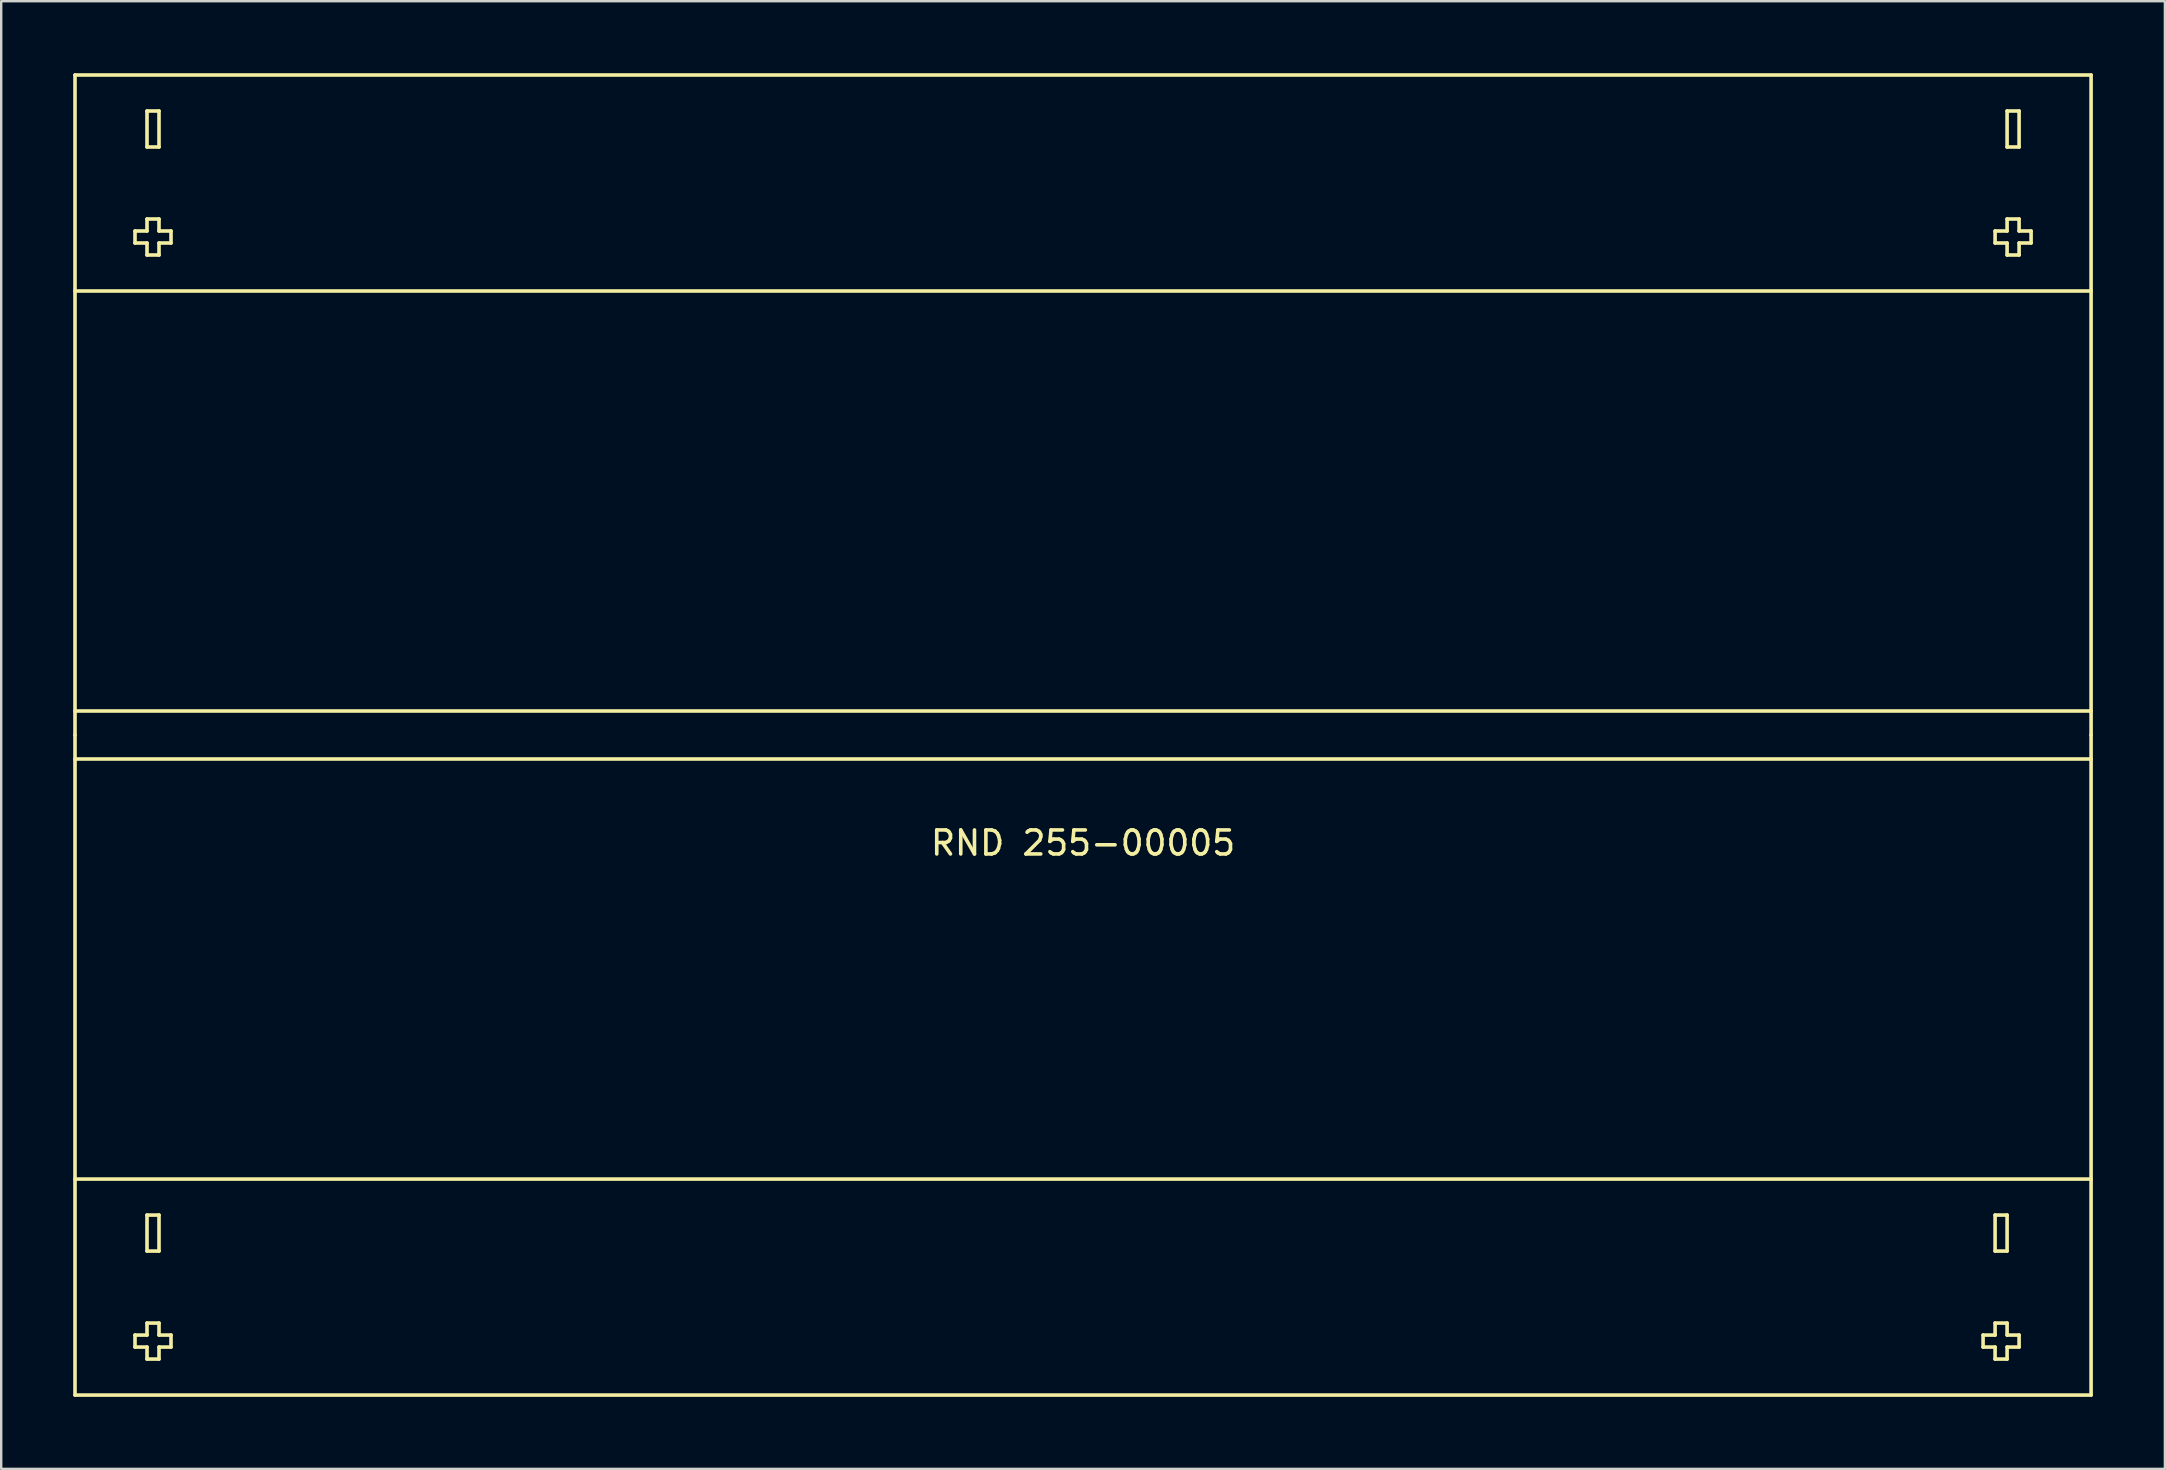
<source format=kicad_pcb>
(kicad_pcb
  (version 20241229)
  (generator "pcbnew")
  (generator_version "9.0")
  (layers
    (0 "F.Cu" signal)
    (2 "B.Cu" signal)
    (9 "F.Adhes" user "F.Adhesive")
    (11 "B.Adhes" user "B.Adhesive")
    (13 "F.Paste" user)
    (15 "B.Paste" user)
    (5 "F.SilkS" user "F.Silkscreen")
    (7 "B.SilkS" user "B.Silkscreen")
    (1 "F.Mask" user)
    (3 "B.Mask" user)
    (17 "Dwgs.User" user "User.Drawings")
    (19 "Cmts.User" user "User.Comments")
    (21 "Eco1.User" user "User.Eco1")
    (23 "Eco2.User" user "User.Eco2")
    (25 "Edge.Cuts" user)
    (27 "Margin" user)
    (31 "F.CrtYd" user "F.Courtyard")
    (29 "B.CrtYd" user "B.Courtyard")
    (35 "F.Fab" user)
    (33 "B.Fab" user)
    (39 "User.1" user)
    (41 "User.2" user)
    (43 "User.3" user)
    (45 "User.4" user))
  (footprint "RND 255-00005"
    (layer "F.Cu")
    (at 42.075 27.575)
    (property "Reference" "RND 255-00005" (at 0 4.5 0) (layer "F.SilkS") (effects (font (size 1 1) (thickness 0.15))))
    (attr through_hole)
    (fp_line (start -42 -27.5) (end 42 -27.5) (stroke (width 0.15) (type solid)) (layer "F.SilkS"))
    (fp_line (start -42 0) (end -42 -27.5) (stroke (width 0.15) (type solid)) (layer "F.SilkS"))
    (fp_line (start -42 0) (end -42 27.5) (stroke (width 0.15) (type solid)) (layer "F.SilkS"))
    (fp_line (start -42 1) (end 42 1) (stroke (width 0.15) (type solid)) (layer "F.SilkS"))
    (fp_line (start -42 27.5) (end 42 27.5) (stroke (width 0.15) (type solid)) (layer "F.SilkS"))
    (fp_line (start -39.5 -21) (end -39.5 -20.5) (stroke (width 0.15) (type solid)) (layer "F.SilkS"))
    (fp_line (start -39.5 -20.5) (end -39 -20.5) (stroke (width 0.15) (type solid)) (layer "F.SilkS"))
    (fp_line (start -39.5 25) (end -39 25) (stroke (width 0.15) (type solid)) (layer "F.SilkS"))
    (fp_line (start -39.5 25.5) (end -39.5 25) (stroke (width 0.15) (type solid)) (layer "F.SilkS"))
    (fp_line (start -39 -26) (end -39 -24.5) (stroke (width 0.15) (type solid)) (layer "F.SilkS"))
    (fp_line (start -39 -24.5) (end -38.5 -24.5) (stroke (width 0.15) (type solid)) (layer "F.SilkS"))
    (fp_line (start -39 -21.5) (end -39 -21) (stroke (width 0.15) (type solid)) (layer "F.SilkS"))
    (fp_line (start -39 -21) (end -39.5 -21) (stroke (width 0.15) (type solid)) (layer "F.SilkS"))
    (fp_line (start -39 -20.5) (end -39 -20) (stroke (width 0.15) (type solid)) (layer "F.SilkS"))
    (fp_line (start -39 -20) (end -38.5 -20) (stroke (width 0.15) (type solid)) (layer "F.SilkS"))
    (fp_line (start -39 20) (end -39 21.5) (stroke (width 0.15) (type solid)) (layer "F.SilkS"))
    (fp_line (start -39 20) (end -38.5 20) (stroke (width 0.15) (type solid)) (layer "F.SilkS"))
    (fp_line (start -39 24.5) (end -38.5 24.5) (stroke (width 0.15) (type solid)) (layer "F.SilkS"))
    (fp_line (start -39 25) (end -39 24.5) (stroke (width 0.15) (type solid)) (layer "F.SilkS"))
    (fp_line (start -39 25.5) (end -39.5 25.5) (stroke (width 0.15) (type solid)) (layer "F.SilkS"))
    (fp_line (start -39 26) (end -39 25.5) (stroke (width 0.15) (type solid)) (layer "F.SilkS"))
    (fp_line (start -38.5 -26) (end -39 -26) (stroke (width 0.15) (type solid)) (layer "F.SilkS"))
    (fp_line (start -38.5 -24.5) (end -38.5 -26) (stroke (width 0.15) (type solid)) (layer "F.SilkS"))
    (fp_line (start -38.5 -21.5) (end -39 -21.5) (stroke (width 0.15) (type solid)) (layer "F.SilkS"))
    (fp_line (start -38.5 -21) (end -38.5 -21.5) (stroke (width 0.15) (type solid)) (layer "F.SilkS"))
    (fp_line (start -38.5 -20.5) (end -38 -20.5) (stroke (width 0.15) (type solid)) (layer "F.SilkS"))
    (fp_line (start -38.5 -20) (end -38.5 -20.5) (stroke (width 0.15) (type solid)) (layer "F.SilkS"))
    (fp_line (start -38.5 20) (end -38.5 21.5) (stroke (width 0.15) (type solid)) (layer "F.SilkS"))
    (fp_line (start -38.5 21.5) (end -39 21.5) (stroke (width 0.15) (type solid)) (layer "F.SilkS"))
    (fp_line (start -38.5 24.5) (end -38.5 25) (stroke (width 0.15) (type solid)) (layer "F.SilkS"))
    (fp_line (start -38.5 25) (end -38 25) (stroke (width 0.15) (type solid)) (layer "F.SilkS"))
    (fp_line (start -38.5 25.5) (end -38.5 26) (stroke (width 0.15) (type solid)) (layer "F.SilkS"))
    (fp_line (start -38.5 26) (end -39 26) (stroke (width 0.15) (type solid)) (layer "F.SilkS"))
    (fp_line (start -38 -21) (end -38.5 -21) (stroke (width 0.15) (type solid)) (layer "F.SilkS"))
    (fp_line (start -38 -20.5) (end -38 -21) (stroke (width 0.15) (type solid)) (layer "F.SilkS"))
    (fp_line (start -38 25) (end -38 25.5) (stroke (width 0.15) (type solid)) (layer "F.SilkS"))
    (fp_line (start -38 25.5) (end -38.5 25.5) (stroke (width 0.15) (type solid)) (layer "F.SilkS"))
    (fp_line (start 37.5 25) (end 37.5 25.5) (stroke (width 0.15) (type solid)) (layer "F.SilkS"))
    (fp_line (start 37.5 25.5) (end 38 25.5) (stroke (width 0.15) (type solid)) (layer "F.SilkS"))
    (fp_line (start 38 -21) (end 38 -20.5) (stroke (width 0.15) (type solid)) (layer "F.SilkS"))
    (fp_line (start 38 -20.5) (end 38.5 -20.5) (stroke (width 0.15) (type solid)) (layer "F.SilkS"))
    (fp_line (start 38 20) (end 38 21.5) (stroke (width 0.15) (type solid)) (layer "F.SilkS"))
    (fp_line (start 38 21.5) (end 38.5 21.5) (stroke (width 0.15) (type solid)) (layer "F.SilkS"))
    (fp_line (start 38 24.5) (end 38 25) (stroke (width 0.15) (type solid)) (layer "F.SilkS"))
    (fp_line (start 38 25) (end 37.5 25) (stroke (width 0.15) (type solid)) (layer "F.SilkS"))
    (fp_line (start 38 25.5) (end 38 26) (stroke (width 0.15) (type solid)) (layer "F.SilkS"))
    (fp_line (start 38 26) (end 38.5 26) (stroke (width 0.15) (type solid)) (layer "F.SilkS"))
    (fp_line (start 38.5 -26) (end 38.5 -24.5) (stroke (width 0.15) (type solid)) (layer "F.SilkS"))
    (fp_line (start 38.5 -24.5) (end 39 -24.5) (stroke (width 0.15) (type solid)) (layer "F.SilkS"))
    (fp_line (start 38.5 -21.5) (end 38.5 -21) (stroke (width 0.15) (type solid)) (layer "F.SilkS"))
    (fp_line (start 38.5 -21) (end 38 -21) (stroke (width 0.15) (type solid)) (layer "F.SilkS"))
    (fp_line (start 38.5 -20.5) (end 38.5 -20) (stroke (width 0.15) (type solid)) (layer "F.SilkS"))
    (fp_line (start 38.5 -20) (end 39 -20) (stroke (width 0.15) (type solid)) (layer "F.SilkS"))
    (fp_line (start 38.5 20) (end 38 20) (stroke (width 0.15) (type solid)) (layer "F.SilkS"))
    (fp_line (start 38.5 21.5) (end 38.5 20) (stroke (width 0.15) (type solid)) (layer "F.SilkS"))
    (fp_line (start 38.5 24.5) (end 38 24.5) (stroke (width 0.15) (type solid)) (layer "F.SilkS"))
    (fp_line (start 38.5 25) (end 38.5 24.5) (stroke (width 0.15) (type solid)) (layer "F.SilkS"))
    (fp_line (start 38.5 25.5) (end 39 25.5) (stroke (width 0.15) (type solid)) (layer "F.SilkS"))
    (fp_line (start 38.5 26) (end 38.5 25.5) (stroke (width 0.15) (type solid)) (layer "F.SilkS"))
    (fp_line (start 39 -26) (end 38.5 -26) (stroke (width 0.15) (type solid)) (layer "F.SilkS"))
    (fp_line (start 39 -24.5) (end 39 -26) (stroke (width 0.15) (type solid)) (layer "F.SilkS"))
    (fp_line (start 39 -21.5) (end 38.5 -21.5) (stroke (width 0.15) (type solid)) (layer "F.SilkS"))
    (fp_line (start 39 -21) (end 39 -21.5) (stroke (width 0.15) (type solid)) (layer "F.SilkS"))
    (fp_line (start 39 -20.5) (end 39.5 -20.5) (stroke (width 0.15) (type solid)) (layer "F.SilkS"))
    (fp_line (start 39 -20) (end 39 -20.5) (stroke (width 0.15) (type solid)) (layer "F.SilkS"))
    (fp_line (start 39 25) (end 38.5 25) (stroke (width 0.15) (type solid)) (layer "F.SilkS"))
    (fp_line (start 39 25.5) (end 39 25) (stroke (width 0.15) (type solid)) (layer "F.SilkS"))
    (fp_line (start 39.5 -21) (end 39 -21) (stroke (width 0.15) (type solid)) (layer "F.SilkS"))
    (fp_line (start 39.5 -20.5) (end 39.5 -21) (stroke (width 0.15) (type solid)) (layer "F.SilkS"))
    (fp_line (start 42 -18.5) (end -42 -18.5) (stroke (width 0.15) (type solid)) (layer "F.SilkS"))
    (fp_line (start 42 -1) (end -42 -1) (stroke (width 0.15) (type solid)) (layer "F.SilkS"))
    (fp_line (start 42 0) (end 42 -27.5) (stroke (width 0.15) (type solid)) (layer "F.SilkS"))
    (fp_line (start 42 0) (end 42 27.5) (stroke (width 0.15) (type solid)) (layer "F.SilkS"))
    (fp_line (start 42 18.5) (end -42 18.5) (stroke (width 0.15) (type solid)) (layer "F.SilkS")))
  (gr_rect
    (start -3 -3)
    (end 87.15 58.15)
    (stroke (width 0.1) (type default))
    (fill no)
    (layer "Edge.Cuts")))
</source>
